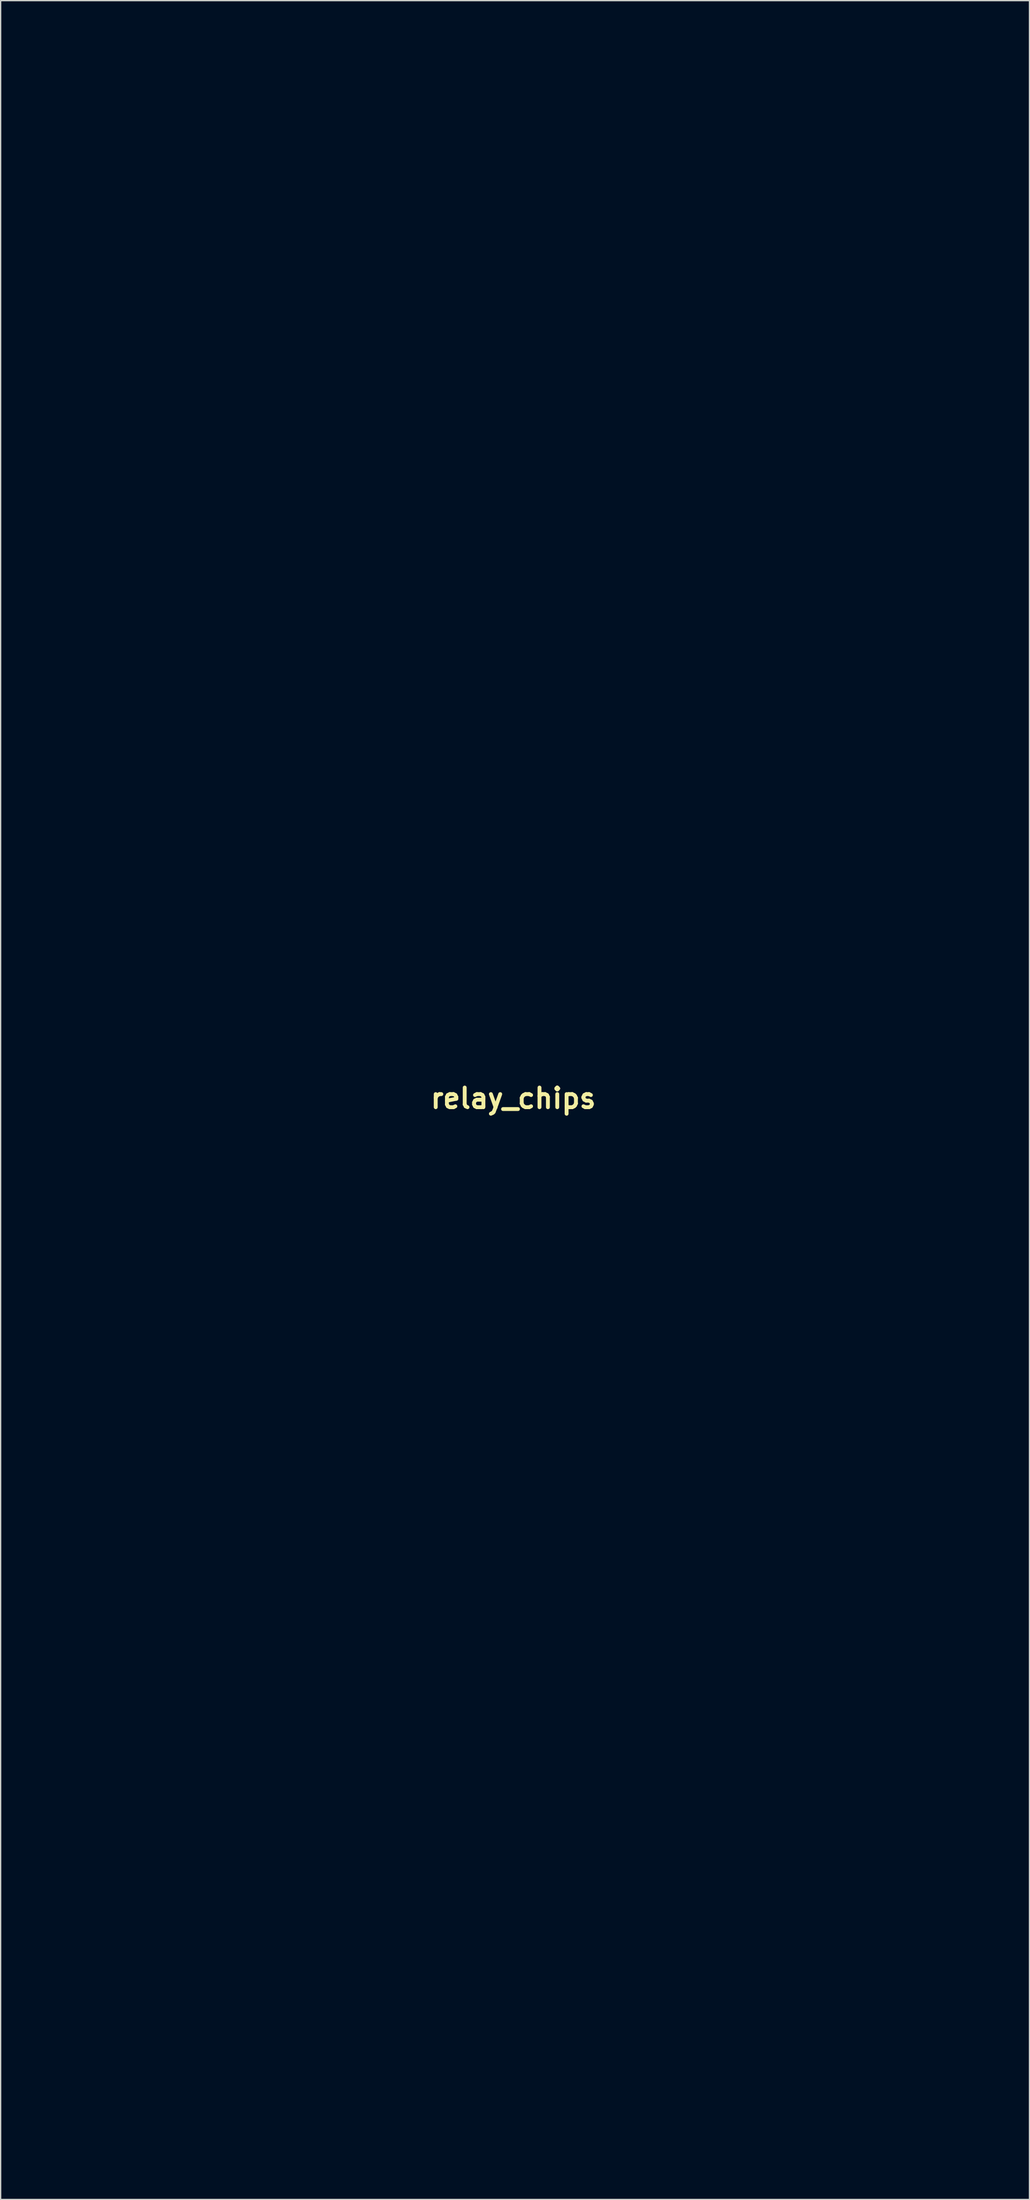
<source format=kicad_pcb>
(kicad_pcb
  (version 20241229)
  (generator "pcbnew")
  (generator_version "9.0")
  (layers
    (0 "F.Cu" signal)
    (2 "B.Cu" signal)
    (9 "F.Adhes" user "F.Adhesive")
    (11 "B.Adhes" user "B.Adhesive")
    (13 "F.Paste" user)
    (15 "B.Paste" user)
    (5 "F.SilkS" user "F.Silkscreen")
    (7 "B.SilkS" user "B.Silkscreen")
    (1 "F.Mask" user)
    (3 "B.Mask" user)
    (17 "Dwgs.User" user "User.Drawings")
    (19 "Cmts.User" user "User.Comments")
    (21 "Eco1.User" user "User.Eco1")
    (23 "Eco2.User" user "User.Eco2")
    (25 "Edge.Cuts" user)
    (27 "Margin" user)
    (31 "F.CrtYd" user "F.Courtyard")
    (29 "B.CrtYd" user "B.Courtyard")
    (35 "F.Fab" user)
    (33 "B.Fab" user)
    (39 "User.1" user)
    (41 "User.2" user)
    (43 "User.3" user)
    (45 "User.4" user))
  (footprint "relay_chips"
    (layer "F.Cu")
    (at 36.799 82.195)
    (property "Reference" "relay_chips" (at 0 0 0) (layer "F.SilkS") (effects (font (size 1.524 1.524) (thickness 0.3))))
    (attr board_only exclude_from_pos_files exclude_from_bom)
    (fp_poly (pts (xy 17.491 57.392) (xy 17.41 57.515) (xy 17.136 57.534) (xy 16.848 57.468) (xy 16.973 57.371) (xy 17.395 57.339)) (stroke (width 0.1) (type solid)) (fill no) (layer "Eco2.User"))
    (fp_poly (pts (xy -9.195 51.816) (xy -9.187 51.881) (xy -9.393 52.143) (xy -9.457 52.151) (xy -9.72 51.945) (xy -9.728 51.881) (xy -9.522 51.618) (xy -9.457 51.611)) (stroke (width 0.1) (type solid)) (fill no) (layer "Eco2.User"))
    (fp_poly (pts (xy 17.023 70.39) (xy 17.281 70.633) (xy 17.294 70.677) (xy 17.085 70.793) (xy 17.023 70.796) (xy 16.764 70.588) (xy 16.753 70.51) (xy 16.919 70.348)) (stroke (width 0.1) (type solid)) (fill no) (layer "Eco2.User"))
    (fp_poly (pts (xy 17.618 54.799) (xy 17.751 55.041) (xy 17.424 55.121) (xy 17.294 55.123) (xy 16.864 55.069) (xy 16.907 54.865) (xy 16.969 54.799) (xy 17.337 54.614)) (stroke (width 0.1) (type solid)) (fill no) (layer "Eco2.User"))
    (fp_poly (pts (xy 17.733 53.615) (xy 17.834 53.772) (xy 17.608 53.992) (xy 17.294 54.043) (xy 16.855 53.929) (xy 16.753 53.772) (xy 16.98 53.553) (xy 17.294 53.502)) (stroke (width 0.1) (type solid)) (fill no) (layer "Eco2.User"))
    (fp_poly (pts (xy 26.218 -46.391) (xy 27.205 -46.339) (xy 27.633 -46.308) (xy 28.858 -46.183) (xy 29.571 -46.02) (xy 29.799 -45.792) (xy 29.569 -45.472) (xy 28.93 -45.044) (xy 27.94 -44.655) (xy 27.03 -44.646) (xy 26.397 -44.978) (xy 26.029 -45.229) (xy 27.383 -45.229) (xy 27.427 -45.126) (xy 27.785 -44.865) (xy 27.864 -44.855) (xy 28.01 -45.022) (xy 27.967 -45.126) (xy 27.609 -45.386) (xy 27.53 -45.396) (xy 27.383 -45.229) (xy 26.029 -45.229) (xy 26.021 -45.234) (xy 25.859 -45.225) (xy 25.643 -45.316) (xy 25.4 -45.666) (xy 25.202 -46.154) (xy 25.203 -46.369) (xy 25.507 -46.403)) (stroke (width 0.1) (type solid)) (fill no) (layer "Eco2.User"))
    (fp_poly (pts (xy 22.982 -46.426) (xy 23.145 -46.195) (xy 23.219 -45.671) (xy 23.238 -44.736) (xy 23.238 -44.585) (xy 23.238 -42.694) (xy 31.885 -42.694) (xy 31.885 -44.45) (xy 31.911 -45.429) (xy 32.004 -45.974) (xy 32.191 -46.189) (xy 32.302 -46.206) (xy 32.513 -46.121) (xy 32.628 -45.796) (xy 32.663 -45.13) (xy 32.64 -44.112) (xy 32.561 -42.018) (xy 27.689 -41.945) (xy 25.772 -41.928) (xy 24.342 -41.944) (xy 23.351 -41.995) (xy 22.745 -42.085) (xy 22.488 -42.201) (xy 22.304 -42.664) (xy 22.189 -43.55) (xy 22.157 -44.504) (xy 22.171 -45.524) (xy 22.232 -46.116) (xy 22.372 -46.395) (xy 22.621 -46.475) (xy 22.698 -46.477)) (stroke (width 0.1) (type solid)) (fill no) (layer "Eco2.User"))
    (fp_poly (pts (xy 26.911 -52.37) (xy 27.732 -52.36) (xy 32.561 -52.286) (xy 32.637 -49.381) (xy 32.661 -48.078) (xy 32.644 -47.225) (xy 32.575 -46.734) (xy 32.443 -46.515) (xy 32.3 -46.477) (xy 32.103 -46.562) (xy 31.978 -46.881) (xy 31.911 -47.526) (xy 31.886 -48.587) (xy 31.885 -49.044) (xy 31.885 -51.611) (xy 23.238 -51.611) (xy 23.238 -49.179) (xy 23.229 -48.023) (xy 23.187 -47.305) (xy 23.088 -46.922) (xy 22.911 -46.77) (xy 22.698 -46.747) (xy 22.445 -46.786) (xy 22.287 -46.971) (xy 22.2 -47.402) (xy 22.164 -48.181) (xy 22.157 -49.281) (xy 22.186 -50.639) (xy 22.279 -51.529) (xy 22.444 -52.024) (xy 22.531 -52.124) (xy 22.924 -52.249) (xy 23.767 -52.331) (xy 25.088 -52.371)) (stroke (width 0.1) (type solid)) (fill no) (layer "Eco2.User"))
    (fp_poly (pts (xy 28.263 -49.889) (xy 28.785 -49.667) (xy 29.547 -49.056) (xy 30.081 -48.127) (xy 30.264 -47.166) (xy 30.232 -46.779) (xy 30.049 -46.579) (xy 29.586 -46.512) (xy 28.713 -46.524) (xy 28.71 -46.524) (xy 27.594 -46.571) (xy 26.487 -46.637) (xy 26.008 -46.674) (xy 25.264 -46.79) (xy 24.927 -47.008) (xy 24.86 -47.316) (xy 25.081 -48.243) (xy 25.651 -49.1) (xy 26.43 -49.733) (xy 27.278 -49.989) (xy 27.304 -49.989) (xy 27.502 -49.769) (xy 27.557 -49.262) (xy 27.482 -48.7) (xy 27.288 -48.317) (xy 27.224 -48.277) (xy 27.211 -48.184) (xy 27.632 -48.141) (xy 27.697 -48.141) (xy 28.157 -48.177) (xy 28.194 -48.266) (xy 28.17 -48.277) (xy 27.978 -48.563) (xy 27.85 -49.094) (xy 27.815 -49.639) (xy 27.901 -49.968) (xy 27.954 -49.989)) (stroke (width 0.1) (type solid)) (fill no) (layer "Eco2.User"))
    (fp_poly (pts (xy -8.081 34.019) (xy -7.298 34.643) (xy -6.719 35.496) (xy -6.485 36.424) (xy -6.485 36.453) (xy -6.722 37.549) (xy -7.353 38.409) (xy -8.255 38.962) (xy -9.308 39.138) (xy -10.39 38.866) (xy -10.509 38.804) (xy -11.154 38.235) (xy -7.566 38.235) (xy -7.431 38.37) (xy -7.296 38.235) (xy -7.431 38.1) (xy -7.566 38.235) (xy -11.154 38.235) (xy -11.361 38.052) (xy -11.796 37.047) (xy -11.778 35.915) (xy -11.504 35.167) (xy -11.035 34.584) (xy -10.362 34.07) (xy -9.714 33.791) (xy -9.58 33.777) (xy -9.448 33.989) (xy -9.466 34.465) (xy -9.598 34.957) (xy -9.795 35.219) (xy -9.808 35.311) (xy -9.387 35.355) (xy -9.322 35.355) (xy -8.862 35.319) (xy -8.825 35.23) (xy -8.849 35.219) (xy -9.086 34.915) (xy -9.182 34.409) (xy -9.123 33.949) (xy -8.93 33.777)) (stroke (width 0.1) (type solid)) (fill no) (layer "Eco2.User"))
    (fp_poly (pts (xy -4.114 48.745) (xy -4.09 50.355) (xy -4.09 51.495) (xy -4.117 52.232) (xy -4.178 52.635) (xy -4.28 52.774) (xy -4.427 52.717) (xy -4.451 52.697) (xy -4.625 52.451) (xy -4.745 51.995) (xy -4.818 51.244) (xy -4.855 50.112) (xy -4.864 48.74) (xy -4.864 45.126) (xy -13.781 45.126) (xy -13.781 54.043) (xy -4.864 54.043) (xy -4.864 53.334) (xy -4.818 52.858) (xy -4.623 52.839) (xy -4.459 52.962) (xy -4.09 53.566) (xy -4.174 54.245) (xy -4.377 54.529) (xy -4.779 54.665) (xy -5.605 54.767) (xy -6.746 54.836) (xy -8.092 54.873) (xy -9.532 54.878) (xy -10.958 54.852) (xy -12.258 54.794) (xy -13.323 54.707) (xy -14.044 54.59) (xy -14.295 54.48) (xy -14.419 54.087) (xy -14.501 53.243) (xy -14.541 51.923) (xy -14.541 50.099) (xy -14.53 49.278) (xy -14.456 44.45) (xy -4.188 44.45)) (stroke (width 0.1) (type solid)) (fill no) (layer "Eco2.User"))
    (fp_poly (pts (xy -7.677 57.287) (xy -6.376 57.346) (xy -5.311 57.436) (xy -4.592 57.556) (xy -4.343 57.667) (xy -4.175 58.137) (xy -4.099 58.909) (xy -4.109 59.809) (xy -4.194 60.664) (xy -4.348 61.301) (xy -4.526 61.542) (xy -4.726 61.441) (xy -4.833 60.929) (xy -4.864 60.01) (xy -4.864 58.366) (xy -13.781 58.366) (xy -13.781 67.013) (xy -4.864 67.013) (xy -4.864 64.475) (xy -4.846 63.226) (xy -4.782 62.423) (xy -4.658 61.973) (xy -4.46 61.782) (xy -4.459 61.781) (xy -4.279 61.783) (xy -4.16 62.009) (xy -4.091 62.541) (xy -4.06 63.463) (xy -4.053 64.58) (xy -4.062 65.895) (xy -4.101 66.772) (xy -4.186 67.314) (xy -4.333 67.625) (xy -4.56 67.805) (xy -4.576 67.814) (xy -5.046 67.919) (xy -5.936 67.998) (xy -7.127 68.051) (xy -8.504 68.078) (xy -9.949 68.079) (xy -11.345 68.053) (xy -12.575 68.003) (xy -13.522 67.926) (xy -14.068 67.825) (xy -14.119 67.802) (xy -14.29 67.653) (xy -14.414 67.384) (xy -14.499 66.918) (xy -14.552 66.177) (xy -14.58 65.085) (xy -14.591 63.563) (xy -14.591 62.73) (xy -14.577 60.763) (xy -14.532 59.3) (xy -14.455 58.306) (xy -14.342 57.744) (xy -14.267 57.609) (xy -13.863 57.472) (xy -13.035 57.369) (xy -11.892 57.299) (xy -10.545 57.263) (xy -9.103 57.259)) (stroke (width 0.1) (type solid)) (fill no) (layer "Eco2.User"))
    (fp_poly (pts (xy -8.307 46.921) (xy -7.964 47.07) (xy -7.238 47.628) (xy -6.735 48.443) (xy -6.507 49.349) (xy -6.605 50.181) (xy -6.878 50.613) (xy -7.134 50.989) (xy -7.125 51.151) (xy -7.217 51.367) (xy -7.578 51.617) (xy -7.987 51.795) (xy -8.109 51.633) (xy -8.057 51.127) (xy -8.055 50.518) (xy -8.366 50.114) (xy -8.765 49.871) (xy -9.283 49.598) (xy -9.362 49.586) (xy -9.039 49.835) (xy -8.985 49.875) (xy -8.488 50.522) (xy -8.377 51.238) (xy -8.447 51.85) (xy -8.618 52.146) (xy -8.647 52.151) (xy -8.887 51.932) (xy -8.917 51.746) (xy -9.133 51.388) (xy -9.322 51.34) (xy -9.686 51.207) (xy -9.643 50.932) (xy -9.255 50.716) (xy -9.014 50.618) (xy -9.29 50.567) (xy -9.39 50.561) (xy -9.854 50.657) (xy -9.996 51.107) (xy -9.998 51.205) (xy -10.037 51.714) (xy -10.111 51.881) (xy -10.746 51.64) (xy -11.334 51.028) (xy -11.491 50.72) (xy -11.18 50.72) (xy -10.809 50.757) (xy -10.425 50.715) (xy -10.471 50.621) (xy -11.024 50.585) (xy -11.146 50.621) (xy -11.18 50.72) (xy -11.491 50.72) (xy -11.754 50.207) (xy -11.889 49.449) (xy -11.671 48.497) (xy -11.116 47.619) (xy -10.411 47.07) (xy -9.809 46.814) (xy -9.537 46.859) (xy -9.424 47.296) (xy -9.383 47.625) (xy -9.274 48.503) (xy -9.23 47.625) (xy -9.139 46.999) (xy -8.87 46.781)) (stroke (width 0.1) (type solid)) (fill no) (layer "Eco2.User"))
    (fp_poly (pts (xy -8.421 60.115) (xy -7.798 60.418) (xy -7.249 60.776) (xy -6.986 61.068) (xy -6.985 61.075) (xy -6.925 61.585) (xy -6.917 61.674) (xy -7.141 61.926) (xy -7.748 62.2) (xy -8.241 62.346) (xy -8.991 62.537) (xy -9.236 62.619) (xy -8.997 62.61) (xy -8.468 62.551) (xy -7.651 62.43) (xy -7.018 62.29) (xy -6.914 62.256) (xy -6.583 62.267) (xy -6.489 62.715) (xy -6.489 62.728) (xy -6.632 63.539) (xy -7.025 63.914) (xy -7.452 63.889) (xy -7.782 63.807) (xy -7.638 63.954) (xy -7.575 64) (xy -7.364 64.249) (xy -7.522 64.558) (xy -7.845 64.861) (xy -8.512 65.442) (xy -8.603 64.84) (xy -8.532 64.269) (xy -8.333 64.008) (xy -8.178 63.83) (xy -8.527 63.774) (xy -8.532 63.774) (xy -8.918 63.859) (xy -9.013 64.223) (xy -8.975 64.581) (xy -8.974 65.18) (xy -9.157 65.391) (xy -9.429 65.175) (xy -9.457 65.015) (xy -9.677 64.606) (xy -9.901 64.468) (xy -10.193 64.398) (xy -10.072 64.625) (xy -9.998 64.716) (xy -9.75 65.133) (xy -9.937 65.238) (xy -10.405 65.076) (xy -10.981 64.597) (xy -11.407 63.976) (xy -10.151 63.976) (xy -9.885 64.019) (xy -9.535 63.969) (xy -9.531 63.877) (xy -9.892 63.813) (xy -10.049 63.856) (xy -10.151 63.976) (xy -11.407 63.976) (xy -11.509 63.827) (xy -11.842 63.005) (xy -11.889 62.654) (xy -11.67 61.728) (xy -11.115 60.861) (xy -10.411 60.31) (xy -9.861 60.077) (xy -9.58 59.987) (xy -9.448 60.2) (xy -9.466 60.675) (xy -9.598 61.168) (xy -9.795 61.43) (xy -9.808 61.522) (xy -9.387 61.565) (xy -9.322 61.566) (xy -8.862 61.529) (xy -8.825 61.441) (xy -8.849 61.43) (xy -9.092 61.121) (xy -9.181 60.615) (xy -9.108 60.156) (xy -8.904 59.987)) (stroke (width 0.1) (type solid)) (fill no) (layer "Eco2.User"))
    (fp_poly (pts (xy 37.019 82.415) (xy -36.749 82.415) (xy -36.749 78.858) (xy 15.807 78.858) (xy 17.429 80.366) (xy 18.268 81.142) (xy 18.789 81.606) (xy 19.066 81.819) (xy 19.172 81.839) (xy 19.185 81.78) (xy 18.993 81.575) (xy 18.482 81.115) (xy 17.75 80.485) (xy 17.496 80.272) (xy 15.807 78.858) (xy -36.749 78.858) (xy -36.749 72.163) (xy 7.566 72.163) (xy 7.772 72.41) (xy 7.836 72.417) (xy 8.073 72.197) (xy 8.106 71.996) (xy 7.975 71.716) (xy 7.836 71.741) (xy 7.576 72.087) (xy 7.566 72.163) (xy -36.749 72.163) (xy -36.749 71.156) (xy 7.656 71.156) (xy 7.693 71.317) (xy 7.836 71.336) (xy 8.059 71.237) (xy 8.016 71.156) (xy 7.696 71.124) (xy 7.656 71.156) (xy -36.749 71.156) (xy -36.749 70.599) (xy 16.533 70.599) (xy 16.583 70.922) (xy 16.986 71.041) (xy 17.341 71.045) (xy 17.843 70.996) (xy 17.933 70.905) (xy 17.89 70.883) (xy 17.685 70.66) (xy 17.844 70.379) (xy 17.961 70.127) (xy 17.662 70.059) (xy 17.385 70.073) (xy 16.745 70.278) (xy 16.533 70.599) (xy -36.749 70.599) (xy -36.749 69.985) (xy 7.566 69.985) (xy 7.724 70.423) (xy 7.946 70.526) (xy 8.211 70.327) (xy 8.185 69.985) (xy 7.971 69.547) (xy 7.915 69.512) (xy 14.098 69.512) (xy 14.507 69.622) (xy 14.726 69.619) (xy 14.79 69.602) (xy 16.647 69.602) (xy 16.757 69.651) (xy 17.226 69.678) (xy 17.856 69.631) (xy 18.089 69.377) (xy 18.1 69.242) (xy 18.027 68.964) (xy 17.897 69.08) (xy 17.499 69.365) (xy 17.023 69.516) (xy 16.647 69.602) (xy 14.79 69.602) (xy 15.235 69.486) (xy 15.402 69.279) (xy 15.176 69.093) (xy 14.727 69.108) (xy 14.171 69.304) (xy 14.098 69.512) (xy 7.915 69.512) (xy 7.805 69.445) (xy 7.611 69.671) (xy 7.566 69.985) (xy -36.749 69.985) (xy -36.749 69.174) (xy -35.668 69.174) (xy -35.569 69.397) (xy -35.488 69.355) (xy -35.47 69.174) (xy -22.698 69.174) (xy -22.599 69.397) (xy -22.518 69.355) (xy -22.5 69.174) (xy 3.783 69.174) (xy 3.882 69.397) (xy 3.914 69.38) (xy 4.598 69.38) (xy 4.651 69.677) (xy 4.834 69.483) (xy 5.102 69.277) (xy 5.251 69.416) (xy 5.595 69.696) (xy 5.887 69.591) (xy 5.945 69.369) (xy 5.713 69.089) (xy 5.371 68.994) (xy 7.656 68.994) (xy 7.693 69.155) (xy 7.836 69.174) (xy 8.059 69.076) (xy 8.016 68.994) (xy 7.696 68.962) (xy 7.656 68.994) (xy 5.371 68.994) (xy 5.269 68.966) (xy 4.738 69.04) (xy 4.598 69.38) (xy 3.914 69.38) (xy 3.963 69.355) (xy 3.995 69.034) (xy 3.963 68.994) (xy 3.802 69.031) (xy 3.783 69.174) (xy -22.5 69.174) (xy -22.485 69.034) (xy -22.518 68.994) (xy -22.678 69.031) (xy -22.698 69.174) (xy -35.47 69.174) (xy -35.456 69.034) (xy -35.488 68.994) (xy -35.649 69.031) (xy -35.668 69.174) (xy -36.749 69.174) (xy -36.749 56.069) (xy -35.668 56.069) (xy -35.533 56.204) (xy -35.398 56.069) (xy -22.698 56.069) (xy -22.563 56.204) (xy -22.428 56.069) (xy -22.563 55.934) (xy -22.698 56.069) (xy -35.398 56.069) (xy -35.533 55.934) (xy -35.668 56.069) (xy -36.749 56.069) (xy -36.749 49.557) (xy -14.88 49.557) (xy -14.867 51.031) (xy -14.826 52.399) (xy -14.759 53.554) (xy -14.664 54.388) (xy -14.542 54.794) (xy -14.537 54.799) (xy -14.197 54.929) (xy -13.447 55.025) (xy -12.253 55.087) (xy -10.577 55.118) (xy -9.301 55.123) (xy -7.477 55.118) (xy -6.121 55.091) (xy -5.157 55.028) (xy -4.514 54.914) (xy -4.118 54.733) (xy -3.896 54.469) (xy -3.774 54.109) (xy -3.745 53.973) (xy -3.631 53.86) (xy -3.333 53.917) (xy -2.801 54.172) (xy -1.982 54.654) (xy -0.827 55.391) (xy 0.717 56.41) (xy 0.795 56.461) (xy 2.289 57.477) (xy 3.48 58.326) (xy 4.328 58.976) (xy 4.792 59.399) (xy 4.848 59.561) (xy 4.487 59.652) (xy 3.718 59.824) (xy 2.654 60.054) (xy 1.408 60.319) (xy 0.093 60.594) (xy -1.179 60.857) (xy -2.296 61.083) (xy -3.144 61.25) (xy -3.61 61.333) (xy -3.66 61.338) (xy -3.723 61.092) (xy -3.767 60.448) (xy -3.783 59.601) (xy -3.792 58.733) (xy -3.866 58.084) (xy -4.074 57.624) (xy -4.483 57.319) (xy -5.164 57.138) (xy -6.186 57.048) (xy -7.616 57.018) (xy -9.322 57.015) (xy -11.079 57.022) (xy -12.372 57.049) (xy -13.281 57.101) (xy -13.881 57.185) (xy -14.252 57.307) (xy -14.437 57.44) (xy -14.594 57.677) (xy -14.708 58.078) (xy -14.785 58.721) (xy -14.831 59.682) (xy -14.853 61.037) (xy -14.858 62.641) (xy -14.842 64.216) (xy -14.802 65.619) (xy -14.743 66.755) (xy -14.668 67.527) (xy -14.597 67.823) (xy -14.423 67.97) (xy -14.065 68.077) (xy -13.453 68.151) (xy -12.515 68.198) (xy -11.181 68.222) (xy -9.38 68.229) (xy -9.322 68.229) (xy -7.507 68.222) (xy -6.161 68.199) (xy -5.213 68.153) (xy -4.592 68.08) (xy -4.229 67.973) (xy -4.05 67.828) (xy -4.047 67.823) (xy 7.682 67.823) (xy 7.771 68.263) (xy 7.894 68.364) (xy 8.067 68.137) (xy 8.106 67.823) (xy 8.017 67.384) (xy 7.894 67.283) (xy 7.721 67.51) (xy 7.682 67.823) (xy -4.047 67.823) (xy -3.942 67.397) (xy -3.884 66.833) (xy 7.656 66.833) (xy 7.693 66.993) (xy 7.836 67.013) (xy 8.059 66.914) (xy 8.016 66.833) (xy 7.696 66.8) (xy 7.656 66.833) (xy -3.884 66.833) (xy -3.856 66.562) (xy -3.802 65.45) (xy -3.787 64.513) (xy -3.774 63.334) (xy -3.743 62.384) (xy -3.697 61.776) (xy -3.654 61.609) (xy -3.36 61.556) (xy -2.626 61.41) (xy -1.539 61.189) (xy -0.188 60.911) (xy 1.058 60.652) (xy 5.642 59.695) (xy 11.806 63.753) (xy 13.682 64.997) (xy 15.134 65.978) (xy 16.194 66.722) (xy 16.895 67.252) (xy 17.27 67.595) (xy 17.352 67.775) (xy 17.226 67.818) (xy 16.649 67.932) (xy 16.486 68.2) (xy 16.753 68.499) (xy 17.002 68.478) (xy 17.023 68.38) (xy 17.242 68.126) (xy 17.429 68.094) (xy 17.79 68.275) (xy 17.838 68.431) (xy 17.907 68.609) (xy 18.073 68.406) (xy 18.244 68.383) (xy 18.647 68.539) (xy 19.31 68.893) (xy 20.266 69.464) (xy 21.547 70.271) (xy 23.182 71.333) (xy 25.203 72.669) (xy 27.188 73.995) (xy 29.147 75.303) (xy 30.97 76.513) (xy 32.607 77.591) (xy 34.009 78.506) (xy 35.126 79.226) (xy 35.908 79.717) (xy 36.307 79.948) (xy 36.344 79.961) (xy 36.171 79.819) (xy 35.583 79.403) (xy 34.616 78.737) (xy 33.306 77.847) (xy 31.688 76.755) (xy 29.799 75.487) (xy 27.675 74.066) (xy 25.351 72.517) (xy 22.863 70.864) (xy 21.431 69.914) (xy 20.317 69.174) (xy 29.994 69.174) (xy 30.092 69.397) (xy 30.174 69.355) (xy 30.206 69.034) (xy 30.174 68.994) (xy 30.013 69.031) (xy 29.994 69.174) (xy 20.317 69.174) (xy 18.859 68.208) (xy 16.424 66.589) (xy 14.162 65.082) (xy 12.111 63.711) (xy 10.307 62.501) (xy 8.786 61.478) (xy 7.586 60.665) (xy 6.744 60.087) (xy 6.296 59.769) (xy 6.231 59.715) (xy 6.473 59.597) (xy 7.152 59.413) (xy 8.172 59.182) (xy 9.436 58.921) (xy 10.848 58.648) (xy 12.312 58.381) (xy 13.731 58.137) (xy 15.008 57.934) (xy 16.048 57.79) (xy 16.752 57.723) (xy 16.996 57.732) (xy 17.675 57.726) (xy 17.942 57.516) (xy 18.301 57.344) (xy 19.172 57.084) (xy 20.538 56.74) (xy 22.378 56.318) (xy 23.53 56.069) (xy 29.994 56.069) (xy 30.129 56.204) (xy 30.264 56.069) (xy 30.129 55.934) (xy 29.994 56.069) (xy 23.53 56.069) (xy 24.674 55.822) (xy 27.399 55.258) (xy 29.528 54.82) (xy 31.468 54.414) (xy 33.159 54.053) (xy 34.544 53.748) (xy 35.565 53.514) (xy 36.164 53.361) (xy 36.297 53.306) (xy 35.977 53.338) (xy 35.194 53.467) (xy 34.012 53.681) (xy 32.496 53.97) (xy 30.711 54.319) (xy 28.723 54.717) (xy 27.543 54.957) (xy 25.414 55.388) (xy 23.403 55.786) (xy 21.585 56.136) (xy 20.036 56.426) (xy 18.829 56.64) (xy 18.041 56.764) (xy 17.834 56.787) (xy 17.072 56.881) (xy 16.566 57.011) (xy 16.476 57.068) (xy 16.179 57.177) (xy 15.435 57.372) (xy 14.324 57.633) (xy 12.928 57.942) (xy 11.331 58.28) (xy 10.998 58.348) (xy 5.662 59.44) (xy 4.074 58.382) (xy 7.566 58.382) (xy 7.772 58.629) (xy 7.836 58.636) (xy 8.073 58.416) (xy 8.106 58.215) (xy 7.975 57.935) (xy 7.836 57.961) (xy 7.576 58.306) (xy 7.566 58.382) (xy 4.074 58.382) (xy 2.563 57.375) (xy 7.656 57.375) (xy 7.693 57.536) (xy 7.836 57.555) (xy 8.059 57.456) (xy 8.016 57.375) (xy 7.696 57.343) (xy 7.656 57.375) (xy 2.563 57.375) (xy 0.939 56.293) (xy 0.603 56.069) (xy 3.783 56.069) (xy 3.918 56.204) (xy 7.566 56.204) (xy 7.724 56.642) (xy 7.946 56.745) (xy 8.211 56.546) (xy 8.199 56.392) (xy 16.651 56.392) (xy 17.116 56.45) (xy 17.294 56.449) (xy 17.813 56.404) (xy 17.924 56.313) (xy 17.871 56.285) (xy 17.638 56.118) (xy 17.871 55.905) (xy 17.937 55.746) (xy 17.471 55.688) (xy 17.294 55.689) (xy 16.774 55.734) (xy 16.664 55.825) (xy 16.716 55.853) (xy 16.949 56.02) (xy 16.716 56.233) (xy 16.651 56.392) (xy 8.199 56.392) (xy 8.185 56.204) (xy 7.971 55.766) (xy 7.805 55.664) (xy 7.611 55.89) (xy 7.566 56.204) (xy 3.918 56.204) (xy 4.053 56.069) (xy 3.918 55.934) (xy 3.783 56.069) (xy 0.603 56.069) (xy -0.233 55.512) (xy 4.781 55.512) (xy 4.793 55.71) (xy 5.286 55.816) (xy 5.384 55.818) (xy 5.834 55.693) (xy 5.89 55.599) (xy 14.055 55.599) (xy 14.109 55.896) (xy 14.292 55.703) (xy 14.559 55.496) (xy 14.709 55.635) (xy 15.053 55.915) (xy 15.345 55.81) (xy 15.402 55.588) (xy 15.17 55.308) (xy 14.727 55.185) (xy 14.196 55.259) (xy 14.055 55.599) (xy 5.89 55.599) (xy 5.945 55.508) (xy 5.719 55.311) (xy 5.272 55.327) (xy 4.781 55.512) (xy -0.233 55.512) (xy -0.681 55.213) (xy 7.656 55.213) (xy 7.693 55.374) (xy 7.836 55.394) (xy 8.059 55.295) (xy 8.016 55.213) (xy 7.696 55.181) (xy 7.656 55.213) (xy -0.681 55.213) (xy -1.897 54.403) (xy 7.656 54.403) (xy 7.693 54.563) (xy 7.836 54.583) (xy 8.059 54.484) (xy 8.016 54.403) (xy 7.696 54.37) (xy 7.656 54.403) (xy -1.897 54.403) (xy -3.001 53.668) (xy 7.659 53.668) (xy 7.701 53.772) (xy 7.944 54.03) (xy 7.987 54.043) (xy 7.988 54.041) (xy 16.529 54.041) (xy 16.532 54.296) (xy 16.574 54.997) (xy 16.749 55.311) (xy 17.165 55.392) (xy 17.314 55.394) (xy 17.814 55.347) (xy 18.016 55.101) (xy 18.031 54.497) (xy 18.025 54.38) (xy 17.935 53.699) (xy 17.684 53.387) (xy 17.243 53.283) (xy 16.781 53.272) (xy 16.576 53.478) (xy 16.529 54.041) (xy 7.988 54.041) (xy 8.103 53.833) (xy 8.106 53.772) (xy 7.899 53.513) (xy 7.82 53.502) (xy 7.659 53.668) (xy -3.001 53.668) (xy -3.783 53.146) (xy -3.783 53.052) (xy 7.656 53.052) (xy 7.693 53.212) (xy 7.836 53.232) (xy 8.059 53.133) (xy 8.016 53.052) (xy 7.696 53.019) (xy 7.656 53.052) (xy -3.783 53.052) (xy -3.783 52.627) (xy 7.683 52.627) (xy 7.949 52.67) (xy 8.299 52.62) (xy 8.303 52.528) (xy 7.942 52.464) (xy 7.786 52.507) (xy 7.683 52.627) (xy -3.783 52.627) (xy -3.783 48.92) (xy -3.801 47.055) (xy -3.856 45.698) (xy -3.951 44.821) (xy -4.087 44.392) (xy -4.107 44.369) (xy -4.496 44.246) (xy -5.316 44.15) (xy -6.462 44.082) (xy -7.824 44.041) (xy -9.296 44.026) (xy -10.769 44.04) (xy -12.137 44.08) (xy -13.292 44.147) (xy -14.126 44.242) (xy -14.532 44.364) (xy -14.537 44.369) (xy -14.66 44.757) (xy -14.756 45.578) (xy -14.825 46.723) (xy -14.866 48.086) (xy -14.88 49.557) (xy -36.749 49.557) (xy -36.749 42.829) (xy -35.668 42.829) (xy -35.533 42.964) (xy -35.398 42.829) (xy -22.698 42.829) (xy -22.563 42.964) (xy -22.428 42.829) (xy 3.783 42.829) (xy 3.918 42.964) (xy 4.053 42.829) (xy 29.994 42.829) (xy 30.129 42.964) (xy 30.264 42.829) (xy 30.129 42.694) (xy 29.994 42.829) (xy 4.053 42.829) (xy 3.918 42.694) (xy 3.783 42.829) (xy -22.428 42.829) (xy -22.563 42.694) (xy -22.698 42.829) (xy -35.398 42.829) (xy -35.533 42.694) (xy -35.668 42.829) (xy -36.749 42.829) (xy -36.749 36.317) (xy -14.88 36.317) (xy -14.867 37.791) (xy -14.826 39.159) (xy -14.759 40.314) (xy -14.664 41.148) (xy -14.542 41.553) (xy -14.537 41.559) (xy -14.196 41.689) (xy -13.444 41.785) (xy -12.247 41.847) (xy -10.568 41.878) (xy -9.322 41.883) (xy -7.339 41.869) (xy -5.858 41.825) (xy -4.846 41.75) (xy -4.264 41.641) (xy -4.107 41.559) (xy -3.925 41.082) (xy -3.834 40.166) (xy -3.832 39.329) (xy -3.88 37.424) (xy -4.034 39.451) (xy -4.188 41.478) (xy -14.456 41.478) (xy -14.53 36.411) (xy -14.549 34.819) (xy -14.559 33.427) (xy -14.559 32.319) (xy -14.554 31.885) (xy -13.781 31.885) (xy -13.781 40.802) (xy -4.864 40.802) (xy -4.864 36.411) (xy 6.214 36.411) (xy 6.28 36.44) (xy 6.514 36.42) (xy 6.803 36.369) (xy 16.248 36.369) (xy 16.337 36.453) (xy 16.753 36.394) (xy 17.17 36.302) (xy 18.05 36.115) (xy 19.328 35.846) (xy 20.939 35.508) (xy 22.817 35.116) (xy 24.896 34.684) (xy 26.751 34.298) (xy 28.924 33.843) (xy 30.93 33.416) (xy 32.706 33.029) (xy 34.191 32.697) (xy 35.324 32.433) (xy 36.042 32.252) (xy 36.283 32.171) (xy 36.077 32.181) (xy 35.397 32.293) (xy 34.301 32.495) (xy 32.843 32.778) (xy 31.081 33.129) (xy 29.068 33.539) (xy 26.862 33.996) (xy 26.456 34.081) (xy 24.201 34.557) (xy 22.115 35.005) (xy 20.255 35.412) (xy 18.68 35.764) (xy 17.45 36.048) (xy 16.623 36.252) (xy 16.259 36.362) (xy 16.248 36.369) (xy 6.803 36.369) (xy 6.974 36.339) (xy 7.714 36.186) (xy 8.792 35.949) (xy 10.263 35.617) (xy 12.186 35.18) (xy 12.97 35.001) (xy 14.708 34.599) (xy 16.229 34.239) (xy 17.469 33.935) (xy 18.362 33.705) (xy 18.842 33.565) (xy 18.892 33.529) (xy 18.512 33.579) (xy 17.71 33.729) (xy 16.575 33.961) (xy 15.198 34.253) (xy 13.668 34.586) (xy 12.077 34.938) (xy 10.515 35.291) (xy 9.072 35.624) (xy 7.838 35.917) (xy 6.903 36.15) (xy 6.359 36.302) (xy 6.26 36.344) (xy 6.214 36.411) (xy -4.864 36.411) (xy -4.864 35.533) (xy -3.976 35.533) (xy -3.959 36.174) (xy -3.911 36.408) (xy -3.863 36.28) (xy -3.814 35.538) (xy -3.859 34.929) (xy -3.921 34.741) (xy -3.964 35.033) (xy -3.976 35.533) (xy -4.864 35.533) (xy -4.864 33.509) (xy 19.59 33.509) (xy 20.131 33.39) (xy 20.526 33.304) (xy 21.378 33.118) (xy 22.614 32.847) (xy 24.163 32.509) (xy 25.953 32.117) (xy 27.912 31.689) (xy 28.372 31.588) (xy 30.345 31.151) (xy 32.149 30.74) (xy 33.716 30.371) (xy 34.978 30.06) (xy 35.865 29.825) (xy 36.31 29.683) (xy 36.344 29.663) (xy 36.413 29.514) (xy 36.209 29.557) (xy 35.848 29.647) (xy 35.03 29.837) (xy 33.826 30.108) (xy 32.306 30.447) (xy 30.542 30.837) (xy 28.603 31.261) (xy 28.237 31.341) (xy 26.266 31.776) (xy 24.448 32.186) (xy 22.856 32.554) (xy 21.563 32.863) (xy 20.641 33.096) (xy 20.162 33.237) (xy 20.131 33.25) (xy 19.59 33.509) (xy -4.864 33.509) (xy -4.864 31.885) (xy -13.781 31.885) (xy -14.554 31.885) (xy -14.55 31.579) (xy -14.531 31.293) (xy -14.53 31.293) (xy -14.25 31.268) (xy -13.515 31.23) (xy -12.412 31.184) (xy -11.025 31.131) (xy -9.457 31.078) (xy -4.459 30.915) (xy -9.336 30.86) (xy -11.284 30.85) (xy -12.736 30.874) (xy -13.738 30.933) (xy -14.332 31.03) (xy -14.537 31.129) (xy -14.66 31.517) (xy -14.756 32.338) (xy -14.825 33.483) (xy -14.866 34.845) (xy -14.88 36.317) (xy -36.749 36.317) (xy -36.749 29.859) (xy -35.668 29.859) (xy -35.533 29.994) (xy -35.398 29.859) (xy -22.698 29.859) (xy -22.563 29.994) (xy -22.428 29.859) (xy -9.457 29.859) (xy -9.322 29.994) (xy -9.187 29.859) (xy 3.783 29.859) (xy 3.918 29.994) (xy 4.053 29.859) (xy 16.753 29.859) (xy 16.888 29.994) (xy 17.023 29.859) (xy 29.994 29.859) (xy 30.129 29.994) (xy 30.264 29.859) (xy 30.129 29.723) (xy 29.994 29.859) (xy 17.023 29.859) (xy 16.888 29.723) (xy 16.753 29.859) (xy 4.053 29.859) (xy 3.918 29.723) (xy 3.783 29.859) (xy -9.187 29.859) (xy -9.322 29.723) (xy -9.457 29.859) (xy -22.428 29.859) (xy -22.563 29.723) (xy -22.698 29.859) (xy -35.398 29.859) (xy -35.533 29.723) (xy -35.668 29.859) (xy -36.749 29.859) (xy -36.749 16.618) (xy -35.668 16.618) (xy -35.533 16.753) (xy -35.398 16.618) (xy -22.698 16.618) (xy -22.563 16.753) (xy -22.428 16.618) (xy -9.457 16.618) (xy -9.322 16.753) (xy -9.187 16.618) (xy 3.783 16.618) (xy 3.918 16.753) (xy 4.053 16.618) (xy 16.753 16.618) (xy 16.888 16.753) (xy 17.023 16.618) (xy 29.994 16.618) (xy 30.129 16.753) (xy 30.264 16.618) (xy 30.129 16.483) (xy 29.994 16.618) (xy 17.023 16.618) (xy 16.888 16.483) (xy 16.753 16.618) (xy 4.053 16.618) (xy 3.918 16.483) (xy 3.783 16.618) (xy -9.187 16.618) (xy -9.322 16.483) (xy -9.457 16.618) (xy -22.428 16.618) (xy -22.563 16.483) (xy -22.698 16.618) (xy -35.398 16.618) (xy -35.533 16.483) (xy -35.668 16.618) (xy -36.749 16.618) (xy -36.749 3.378) (xy -35.668 3.378) (xy -35.533 3.513) (xy -35.398 3.378) (xy -22.698 3.378) (xy -22.563 3.513) (xy -22.428 3.378) (xy -9.457 3.378) (xy -9.322 3.513) (xy -9.187 3.378) (xy 3.783 3.378) (xy 3.918 3.513) (xy 4.053 3.378) (xy 16.753 3.378) (xy 16.888 3.513) (xy 17.023 3.378) (xy 29.994 3.378) (xy 30.129 3.513) (xy 30.264 3.378) (xy 30.129 3.243) (xy 29.994 3.378) (xy 17.023 3.378) (xy 16.888 3.243) (xy 16.753 3.378) (xy 4.053 3.378) (xy 3.918 3.243) (xy 3.783 3.378) (xy -9.187 3.378) (xy -9.322 3.243) (xy -9.457 3.378) (xy -22.428 3.378) (xy -22.563 3.243) (xy -22.698 3.378) (xy -35.398 3.378) (xy -35.533 3.243) (xy -35.668 3.378) (xy -36.749 3.378) (xy -36.749 -9.593) (xy -35.668 -9.593) (xy -35.533 -9.457) (xy -35.398 -9.593) (xy -9.457 -9.593) (xy -9.322 -9.457) (xy -9.187 -9.593) (xy 3.783 -9.593) (xy 3.918 -9.457) (xy 4.053 -9.593) (xy 29.994 -9.593) (xy 30.129 -9.457) (xy 30.264 -9.593) (xy 30.129 -9.728) (xy 29.994 -9.593) (xy 4.053 -9.593) (xy 3.918 -9.728) (xy 3.783 -9.593) (xy -9.187 -9.593) (xy -9.322 -9.728) (xy -9.457 -9.593) (xy -35.398 -9.593) (xy -35.533 -9.728) (xy -35.668 -9.593) (xy -36.749 -9.593) (xy -36.749 -22.833) (xy -35.668 -22.833) (xy -35.533 -22.698) (xy -35.398 -22.833) (xy -22.698 -22.833) (xy -22.563 -22.698) (xy -22.428 -22.833) (xy -9.457 -22.833) (xy -9.322 -22.698) (xy -9.187 -22.833) (xy 3.783 -22.833) (xy 3.918 -22.698) (xy 4.053 -22.833) (xy 16.753 -22.833) (xy 16.888 -22.698) (xy 17.023 -22.833) (xy 29.994 -22.833) (xy 30.129 -22.698) (xy 30.264 -22.833) (xy 30.129 -22.968) (xy 29.994 -22.833) (xy 17.023 -22.833) (xy 16.888 -22.968) (xy 16.753 -22.833) (xy 4.053 -22.833) (xy 3.918 -22.968) (xy 3.783 -22.833) (xy -9.187 -22.833) (xy -9.322 -22.968) (xy -9.457 -22.833) (xy -22.428 -22.833) (xy -22.563 -22.968) (xy -22.698 -22.833) (xy -35.398 -22.833) (xy -35.533 -22.968) (xy -35.668 -22.833) (xy -36.749 -22.833) (xy -36.749 -36.073) (xy -35.668 -36.073) (xy -35.533 -35.938) (xy -35.398 -36.073) (xy -9.457 -36.073) (xy -9.322 -35.938) (xy -9.187 -36.073) (xy 3.783 -36.073) (xy 3.918 -35.938) (xy 4.053 -36.073) (xy 16.753 -36.073) (xy 16.888 -35.938) (xy 17.023 -36.073) (xy 29.994 -36.073) (xy 30.129 -35.938) (xy 30.264 -36.073) (xy 30.129 -36.209) (xy 29.994 -36.073) (xy 17.023 -36.073) (xy 16.888 -36.209) (xy 16.753 -36.073) (xy 4.053 -36.073) (xy 3.918 -36.209) (xy 3.783 -36.073) (xy -9.187 -36.073) (xy -9.322 -36.209) (xy -9.457 -36.073) (xy -35.398 -36.073) (xy -35.533 -36.209) (xy -35.668 -36.073) (xy -36.749 -36.073) (xy -36.749 -47.751) (xy -5.337 -47.751) (xy -5.174 -47.716) (xy -4.551 -47.663) (xy -3.506 -47.595) (xy -2.08 -47.516) (xy -0.312 -47.426) (xy 1.758 -47.329) (xy 2.702 -47.287) (xy 5.038 -47.184) (xy 7.217 -47.087) (xy 9.178 -46.999) (xy 10.859 -46.922) (xy 12.196 -46.86) (xy 13.129 -46.815) (xy 13.595 -46.791) (xy 13.623 -46.789) (xy 13.961 -46.832) (xy 13.95 -46.938) (xy 13.848 -46.958) (xy 14.997 -46.958) (xy 17.834 -46.752) (xy 19.08 -46.662) (xy 20.176 -46.585) (xy 20.977 -46.53) (xy 21.279 -46.511) (xy 21.582 -46.46) (xy 21.763 -46.274) (xy 21.853 -45.842) (xy 21.884 -45.052) (xy 21.887 -44.328) (xy 21.908 -43.202) (xy 21.987 -42.496) (xy 22.147 -42.094) (xy 22.36 -41.905) (xy 22.816 -41.794) (xy 23.687 -41.71) (xy 24.864 -41.652) (xy 26.241 -41.62) (xy 27.709 -41.614) (xy 29.161 -41.633) (xy 30.489 -41.677) (xy 31.585 -41.745) (xy 32.343 -41.838) (xy 32.642 -41.937) (xy 32.818 -42.386) (xy 32.932 -43.244) (xy 32.966 -44.203) (xy 32.966 -46.144) (xy 34.655 -46.073) (xy 35.384 -46.051) (xy 35.706 -46.062) (xy 35.557 -46.103) (xy 35.533 -46.107) (xy 34.645 -46.232) (xy 33.844 -46.356) (xy 32.966 -46.501) (xy 32.966 -49.272) (xy 32.932 -50.769) (xy 32.831 -51.801) (xy 32.668 -52.335) (xy 32.642 -52.367) (xy 32.263 -52.483) (xy 31.452 -52.574) (xy 30.317 -52.641) (xy 28.966 -52.683) (xy 27.507 -52.7) (xy 26.048 -52.69) (xy 24.697 -52.655) (xy 23.562 -52.592) (xy 22.752 -52.503) (xy 22.41 -52.412) (xy 22.168 -52.225) (xy 22.014 -51.905) (xy 21.929 -51.343) (xy 21.893 -50.431) (xy 21.887 -49.459) (xy 21.887 -46.786) (xy 14.997 -46.958) (xy 13.848 -46.958) (xy 13.64 -46.998) (xy 12.864 -47.07) (xy 11.695 -47.151) (xy 10.209 -47.238) (xy 8.478 -47.329) (xy 6.577 -47.418) (xy 4.579 -47.504) (xy 2.56 -47.584) (xy 0.592 -47.653) (xy -1.25 -47.708) (xy -2.893 -47.748) (xy -4.262 -47.767) (xy -4.999 -47.767) (xy -5.337 -47.751) (xy -36.749 -47.751) (xy -36.749 -49.044) (xy -35.668 -49.044) (xy -35.533 -48.909) (xy -35.398 -49.044) (xy 3.783 -49.044) (xy 3.918 -48.909) (xy 4.053 -49.044) (xy 16.753 -49.044) (xy 16.888 -48.909) (xy 17.023 -49.044) (xy 16.888 -49.179) (xy 16.753 -49.044) (xy 4.053 -49.044) (xy 3.918 -49.179) (xy 3.783 -49.044) (xy -35.398 -49.044) (xy -35.533 -49.179) (xy -35.668 -49.044) (xy -36.749 -49.044) (xy -36.749 -62.419) (xy -35.668 -62.419) (xy -35.569 -62.197) (xy -35.488 -62.239) (xy -35.47 -62.419) (xy -9.457 -62.419) (xy -9.359 -62.197) (xy -9.277 -62.239) (xy -9.245 -62.56) (xy -9.277 -62.599) (xy -9.438 -62.562) (xy -9.457 -62.419) (xy -35.47 -62.419) (xy -35.456 -62.56) (xy -35.488 -62.599) (xy -35.649 -62.562) (xy -35.668 -62.419) (xy -36.749 -62.419) (xy -36.749 -62.673) (xy 14.051 -62.673) (xy 14.257 -62.426) (xy 14.321 -62.419) (xy 16.753 -62.419) (xy 16.852 -62.197) (xy 16.933 -62.239) (xy 16.951 -62.419) (xy 29.994 -62.419) (xy 30.092 -62.197) (xy 30.174 -62.239) (xy 30.206 -62.56) (xy 30.174 -62.599) (xy 30.013 -62.562) (xy 29.994 -62.419) (xy 16.951 -62.419) (xy 16.966 -62.56) (xy 16.933 -62.599) (xy 16.773 -62.562) (xy 16.753 -62.419) (xy 14.321 -62.419) (xy 14.558 -62.639) (xy 14.591 -62.84) (xy 14.46 -63.12) (xy 14.321 -63.095) (xy 14.061 -62.749) (xy 14.051 -62.673) (xy -36.749 -62.673) (xy -36.749 -63.23) (xy -12.7 -63.23) (xy -12.587 -62.791) (xy -12.43 -62.689) (xy -12.21 -62.916) (xy -12.16 -63.23) (xy 4.709 -63.23) (xy 4.799 -62.79) (xy 4.922 -62.689) (xy 5.094 -62.916) (xy 5.134 -63.23) (xy 5.045 -63.669) (xy 5.032 -63.68) (xy 14.141 -63.68) (xy 14.178 -63.52) (xy 14.321 -63.5) (xy 14.544 -63.599) (xy 14.501 -63.68) (xy 14.181 -63.712) (xy 14.141 -63.68) (xy 5.032 -63.68) (xy 4.922 -63.77) (xy 4.749 -63.543) (xy 4.709 -63.23) (xy -12.16 -63.23) (xy -12.273 -63.669) (xy -12.43 -63.77) (xy -12.649 -63.544) (xy -12.7 -63.23) (xy -36.749 -63.23) (xy -36.749 -64.176) (xy 4.864 -64.176) (xy 4.999 -64.04) (xy 5.134 -64.176) (xy 4.999 -64.311) (xy 4.864 -64.176) (xy -36.749 -64.176) (xy -36.749 -64.544) (xy -22.602 -64.544) (xy -22.559 -64.304) (xy -22.218 -64.177) (xy -21.991 -64.225) (xy -21.777 -64.375) (xy 14.168 -64.375) (xy 14.434 -64.332) (xy 14.784 -64.382) (xy 14.789 -64.474) (xy 14.427 -64.538) (xy 14.271 -64.495) (xy 14.168 -64.375) (xy -21.777 -64.375) (xy -21.729 -64.409) (xy -21.919 -64.601) (xy -22.349 -64.71) (xy -22.602 -64.544) (xy -36.749 -64.544) (xy -36.749 -65.456) (xy -25.396 -65.456) (xy -25.348 -65.151) (xy -25.157 -65.356) (xy -25.146 -65.374) (xy -24.875 -65.621) (xy -24.505 -65.433) (xy -24.475 -65.409) (xy -24.141 -65.194) (xy -24.05 -65.38) (xy -24.049 -65.435) (xy -24.17 -65.594) (xy -22.964 -65.594) (xy -22.778 -65.195) (xy -22.563 -65.121) (xy -22.201 -65.303) (xy -22.153 -65.459) (xy -22.06 -65.6) (xy -21.887 -65.391) (xy -21.678 -65.143) (xy -21.622 -65.398) (xy -21.621 -65.459) (xy -21.659 -65.541) (xy -15.672 -65.541) (xy -15.55 -65.359) (xy -15.156 -65.226) (xy -14.66 -65.292) (xy -14.371 -65.485) (xy -13.356 -65.485) (xy -13.287 -65.468) (xy -12.826 -65.242) (xy -12.806 -64.965) (xy -12.745 -64.631) (xy -12.556 -64.581) (xy -12.203 -64.793) (xy -12.16 -64.971) (xy -11.908 -65.275) (xy -11.144 -65.451) (xy -11.011 -65.464) (xy -10.712 -65.512) (xy -10.806 -65.531) (xy -9.416 -65.531) (xy -9.122 -65.495) (xy -8.36 -65.461) (xy -7.203 -65.431) (xy -5.727 -65.407) (xy -4.002 -65.39) (xy -2.346 -65.382) (xy -0.195 -65.373) (xy 1.474 -65.355) (xy 2.717 -65.324) (xy 3.592 -65.278) (xy 4.157 -65.213) (xy 4.47 -65.126) (xy 4.588 -65.013) (xy 4.594 -64.973) (xy 4.81 -64.624) (xy 4.99 -64.581) (xy 5.266 -64.766) (xy 5.247 -64.948) (xy 5.396 -65.214) (xy 6.033 -65.427) (xy 7.108 -65.576) (xy 8.571 -65.653) (xy 9.36 -65.662) (xy 10.409 -65.619) (xy 10.964 -65.485) (xy 11.083 -65.324) (xy 11.165 -65.168) (xy 11.332 -65.374) (xy 11.583 -65.623) (xy 11.919 -65.481) (xy 12.056 -65.374) (xy 12.36 -65.178) (xy 12.331 -65.324) (xy 12.346 -65.559) (xy 12.809 -65.655) (xy 13.089 -65.662) (xy 13.795 -65.577) (xy 14.048 -65.304) (xy 14.051 -65.256) (xy 14.197 -64.897) (xy 14.321 -64.851) (xy 14.561 -65.07) (xy 14.591 -65.256) (xy 14.703 -65.633) (xy 14.794 -65.689) (xy 15.1 -65.703) (xy 15.888 -65.731) (xy 17.098 -65.773) (xy 18.673 -65.825) (xy 20.553 -65.886) (xy 22.681 -65.954) (xy 24.998 -66.028) (xy 25.805 -66.053) (xy 28.016 -66.125) (xy 29.927 -66.194) (xy 31.5 -66.257) (xy 32.7 -66.313) (xy 33.489 -66.36) (xy 33.833 -66.396) (xy 33.695 -66.42) (xy 33.371 -66.427) (xy 32.44 -66.427) (xy 31.038 -66.413) (xy 29.234 -66.385) (xy 27.099 -66.345) (xy 24.701 -66.295) (xy 22.109 -66.236) (xy 19.393 -66.169) (xy 16.753 -66.099) (xy 14.089 -66.027) (xy 11.569 -65.96) (xy 9.249 -65.9) (xy 7.184 -65.849) (xy 5.43 -65.807) (xy 4.043 -65.776) (xy 3.078 -65.757) (xy 2.591 -65.751) (xy 2.567 -65.752) (xy 1.617 -65.764) (xy 0.372 -65.764) (xy -1.077 -65.754) (xy -2.64 -65.735) (xy -4.229 -65.71) (xy -5.752 -65.679) (xy -7.121 -65.646) (xy -8.246 -65.61) (xy -9.036 -65.574) (xy -9.403 -65.54) (xy -9.416 -65.531) (xy -10.806 -65.531) (xy -10.906 -65.551) (xy -11.544 -65.574) (xy -11.889 -65.578) (xy -12.757 -65.569) (xy -13.274 -65.536) (xy -13.356 -65.485) (xy -14.371 -65.485) (xy -14.341 -65.506) (xy -14.321 -65.584) (xy -14.552 -65.845) (xy -14.997 -65.932) (xy -15.546 -65.821) (xy -15.672 -65.541) (xy -21.659 -65.541) (xy -21.807 -65.859) (xy -22.022 -65.932) (xy -22.384 -65.75) (xy -22.432 -65.594) (xy -22.525 -65.453) (xy -22.698 -65.662) (xy -22.907 -65.91) (xy -22.963 -65.655) (xy -22.964 -65.594) (xy -24.17 -65.594) (xy -24.281 -65.74) (xy -24.724 -65.87) (xy -25.255 -65.796) (xy -25.396 -65.456) (xy -36.749 -65.456) (xy -36.749 -66.067) (xy 4.864 -66.067) (xy 4.999 -65.932) (xy 5.134 -66.067) (xy 4.999 -66.202) (xy 4.864 -66.067) (xy -36.749 -66.067) (xy -36.749 -66.263) (xy -22.967 -66.263) (xy -22.767 -66.211) (xy -22.698 -66.21) (xy -22.114 -66.35) (xy -21.895 -66.462) (xy -21.623 -66.711) (xy -21.779 -66.911) (xy -22.415 -67.129) (xy -22.428 -67.132) (xy -22.851 -67.222) (xy -22.807 -67.112) (xy -22.698 -67.03) (xy -22.429 -66.761) (xy -22.635 -66.518) (xy -22.698 -66.476) (xy -22.967 -66.263) (xy -36.749 -66.263) (xy -36.749 -67.355) (xy -12.805 -67.355) (xy -12.778 -67.013) (xy -12.564 -66.575) (xy -12.398 -66.472) (xy -12.204 -66.699) (xy -12.16 -67.013) (xy 4.709 -67.013) (xy 4.799 -66.573) (xy 4.922 -66.472) (xy 5.059 -66.652) (xy 14.141 -66.652) (xy 14.178 -66.492) (xy 14.321 -66.472) (xy 14.544 -66.571) (xy 14.501 -66.652) (xy 14.181 -66.685) (xy 14.141 -66.652) (xy 5.059 -66.652) (xy 5.094 -66.699) (xy 5.134 -67.013) (xy 5.045 -67.452) (xy 4.922 -67.553) (xy 4.749 -67.326) (xy 4.709 -67.013) (xy -12.16 -67.013) (xy -12.318 -67.451) (xy -12.54 -67.553) (xy -12.805 -67.355) (xy -36.749 -67.355) (xy -36.749 -67.796) (xy 14.108 -67.796) (xy 14.195 -67.362) (xy 14.372 -67.024) (xy 14.477 -67.19) (xy 14.522 -67.372) (xy 14.547 -67.863) (xy 14.48 -68.025) (xy 14.223 -68.089) (xy 14.108 -67.796) (xy -36.749 -67.796) (xy -36.749 -68.004) (xy -12.61 -68.004) (xy -12.573 -67.843) (xy -12.43 -67.823) (xy -12.207 -67.922) (xy -12.25 -68.004) (xy 4.684 -68.004) (xy 4.721 -67.843) (xy 4.864 -67.823) (xy 5.086 -67.922) (xy 5.044 -68.004) (xy 4.723 -68.036) (xy 4.684 -68.004) (xy -12.25 -68.004) (xy -12.57 -68.036) (xy -12.61 -68.004) (xy -36.749 -68.004) (xy -36.749 -68.428) (xy -12.853 -68.428) (xy -12.587 -68.385) (xy -12.282 -68.428) (xy 4.711 -68.428) (xy 4.976 -68.385) (xy 5.282 -68.428) (xy 14.168 -68.428) (xy 14.434 -68.385) (xy 14.784 -68.435) (xy 14.789 -68.527) (xy 14.427 -68.592) (xy 14.271 -68.548) (xy 14.168 -68.428) (xy 5.282 -68.428) (xy 5.327 -68.435) (xy 5.331 -68.527) (xy 4.969 -68.592) (xy 4.813 -68.548) (xy 4.711 -68.428) (xy -12.282 -68.428) (xy -12.237 -68.435) (xy -12.233 -68.527) (xy -12.594 -68.592) (xy -12.751 -68.548) (xy -12.853 -68.428) (xy -36.749 -68.428) (xy -36.749 -75.524) (xy -35.668 -75.524) (xy -35.533 -75.389) (xy -35.398 -75.524) (xy -22.698 -75.524) (xy -22.563 -75.389) (xy -22.428 -75.524) (xy -9.457 -75.524) (xy -9.322 -75.389) (xy -9.187 -75.524) (xy 3.783 -75.524) (xy 3.918 -75.389) (xy 4.053 -75.524) (xy 16.753 -75.524) (xy 16.888 -75.389) (xy 17.023 -75.524) (xy 29.994 -75.524) (xy 30.129 -75.389) (xy 30.264 -75.524) (xy 30.129 -75.66) (xy 29.994 -75.524) (xy 17.023 -75.524) (xy 16.888 -75.66) (xy 16.753 -75.524) (xy 4.053 -75.524) (xy 3.918 -75.66) (xy 3.783 -75.524) (xy -9.187 -75.524) (xy -9.322 -75.66) (xy -9.457 -75.524) (xy -22.428 -75.524) (xy -22.563 -75.66) (xy -22.698 -75.524) (xy -35.398 -75.524) (xy -35.533 -75.66) (xy -35.668 -75.524) (xy -36.749 -75.524) (xy -36.749 -82.145) (xy 37.019 -82.145)) (stroke (width 0.1) (type solid)) (fill no) (layer "Eco2.User")))
  (gr_rect
    (start -3 -3)
    (end 76.868 167.66)
    (stroke (width 0.1) (type default))
    (fill no)
    (layer "Edge.Cuts")))
</source>
